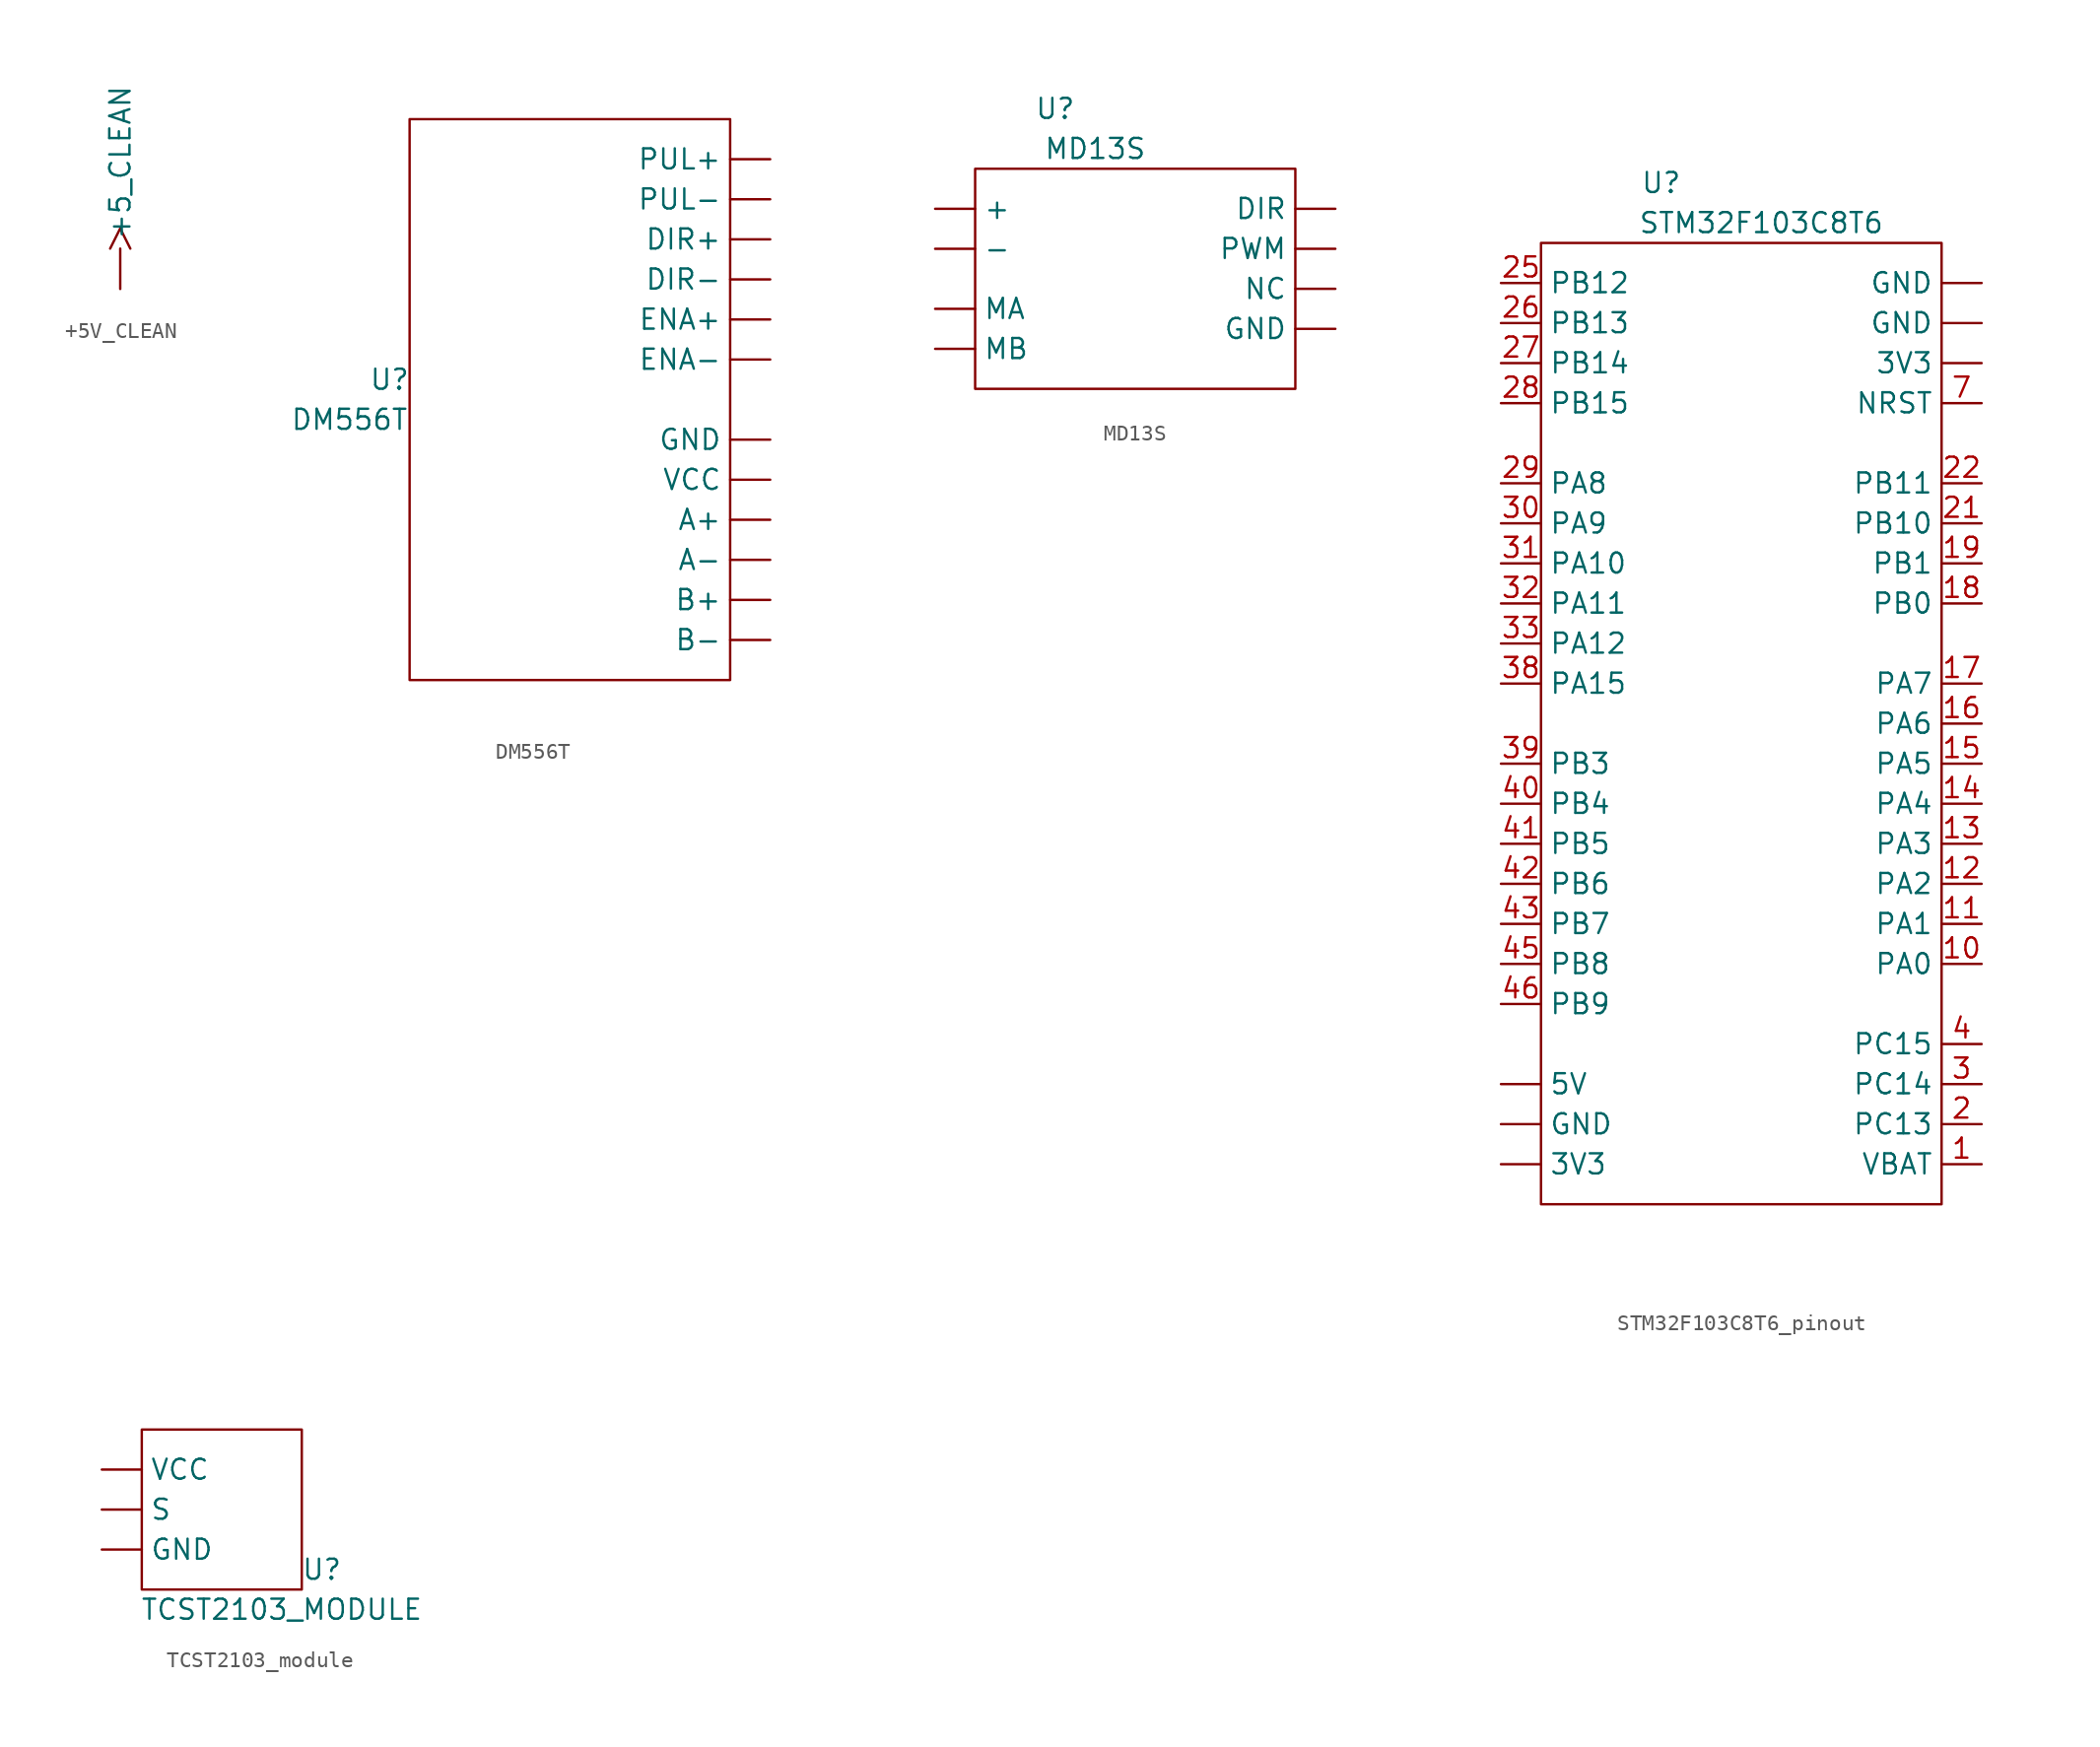
<source format=kicad_sym>
(kicad_symbol_lib
  (version 20220914)
  (generator kicad_symbol_editor)
  (symbol "+5V_CLEAN"
    (power)
    (property "Reference" "#PWR"
      (at 2.54 0 90)
      (effects (font (size 1.27 1.27)) hide))
    (property "Value" ""
      (at 0 0 0)
      (effects (font (size 1.27 1.27))))
    (symbol "+5V_CLEAN_1_1"
      (pin power_in clock (at 0 0 90) (length 2.54) (name "+5_CLEAN" (effects (font (size 1.27 1.27)))) (number "" (effects (font (size 1.27 1.27)))))))
  (symbol "DM556T"
    (property "Reference" "U"
      (at -11.43 19.05 0)
      (effects (font (size 1.27 1.27))))
    (property "Value" "DM556T"
      (at -13.97 16.51 0)
      (effects (font (size 1.27 1.27))))
    (symbol "DM556T_0_1"
      (rectangle (start -10.16 35.56) (end 10.16 0) (stroke (width 0) (type default)) (fill (type none))))
    (symbol "DM556T_1_1"
      (pin power_out line (at 12.7 10.16 180) (length 2.54) (name "A+" (effects (font (size 1.27 1.27)))) (number "" (effects (font (size 1.27 1.27)))))
      (pin power_out line (at 12.7 7.62 180) (length 2.54) (name "A-" (effects (font (size 1.27 1.27)))) (number "" (effects (font (size 1.27 1.27)))))
      (pin power_out line (at 12.7 5.08 180) (length 2.54) (name "B+" (effects (font (size 1.27 1.27)))) (number "" (effects (font (size 1.27 1.27)))))
      (pin power_out line (at 12.7 2.54 180) (length 2.54) (name "B-" (effects (font (size 1.27 1.27)))) (number "" (effects (font (size 1.27 1.27)))))
      (pin input line (at 12.7 27.94 180) (length 2.54) (name "DIR+" (effects (font (size 1.27 1.27)))) (number "" (effects (font (size 1.27 1.27)))))
      (pin input line (at 12.7 25.4 180) (length 2.54) (name "DIR-" (effects (font (size 1.27 1.27)))) (number "" (effects (font (size 1.27 1.27)))))
      (pin input line (at 12.7 22.86 180) (length 2.54) (name "ENA+" (effects (font (size 1.27 1.27)))) (number "" (effects (font (size 1.27 1.27)))))
      (pin input line (at 12.7 20.32 180) (length 2.54) (name "ENA-" (effects (font (size 1.27 1.27)))) (number "" (effects (font (size 1.27 1.27)))))
      (pin power_in line (at 12.7 15.24 180) (length 2.54) (name "GND" (effects (font (size 1.27 1.27)))) (number "" (effects (font (size 1.27 1.27)))))
      (pin input line (at 12.7 33.02 180) (length 2.54) (name "PUL+" (effects (font (size 1.27 1.27)))) (number "" (effects (font (size 1.27 1.27)))))
      (pin input line (at 12.7 30.48 180) (length 2.54) (name "PUL-" (effects (font (size 1.27 1.27)))) (number "" (effects (font (size 1.27 1.27)))))
      (pin power_in line (at 12.7 12.7 180) (length 2.54) (name "VCC" (effects (font (size 1.27 1.27)))) (number "" (effects (font (size 1.27 1.27)))))))
  (symbol "MD13S"
    (property "Reference" "U"
      (at -5.08 17.78 0)
      (effects (font (size 1.27 1.27))))
    (property "Value" "MD13S"
      (at -2.54 15.24 0)
      (effects (font (size 1.27 1.27))))
    (symbol "MD13S_0_1"
      (rectangle (start -10.16 13.97) (end 10.16 0) (stroke (width 0) (type default)) (fill (type none))))
    (symbol "MD13S_1_1"
      (pin power_in line (at -12.7 11.43 0) (length 2.54) (name "+" (effects (font (size 1.27 1.27)))) (number "" (effects (font (size 1.27 1.27)))))
      (pin power_in line (at -12.7 8.89 0) (length 2.54) (name "-" (effects (font (size 1.27 1.27)))) (number "" (effects (font (size 1.27 1.27)))))
      (pin input line (at 12.7 11.43 180) (length 2.54) (name "DIR" (effects (font (size 1.27 1.27)))) (number "" (effects (font (size 1.27 1.27)))))
      (pin input line (at 12.7 3.81 180) (length 2.54) (name "GND" (effects (font (size 1.27 1.27)))) (number "" (effects (font (size 1.27 1.27)))))
      (pin power_out line (at -12.7 5.08 0) (length 2.54) (name "MA" (effects (font (size 1.27 1.27)))) (number "" (effects (font (size 1.27 1.27)))))
      (pin power_out line (at -12.7 2.54 0) (length 2.54) (name "MB" (effects (font (size 1.27 1.27)))) (number "" (effects (font (size 1.27 1.27)))))
      (pin input line (at 12.7 6.35 180) (length 2.54) (name "NC" (effects (font (size 1.27 1.27)))) (number "" (effects (font (size 1.27 1.27)))))
      (pin input line (at 12.7 8.89 180) (length 2.54) (name "PWM" (effects (font (size 1.27 1.27)))) (number "" (effects (font (size 1.27 1.27)))))))
  (symbol "STM32F103C8T6_pinout"
    (property "Reference" "U"
      (at -5.08 64.77 0)
      (effects (font (size 1.27 1.27))))
    (property "Value" "STM32F103C8T6"
      (at 1.27 62.23 0)
      (effects (font (size 1.27 1.27))))
    (symbol "STM32F103C8T6_pinout_0_1"
      (rectangle (start -12.7 60.96) (end 12.7 0) (stroke (width 0) (type default)) (fill (type none))))
    (symbol "STM32F103C8T6_pinout_1_1"
      (pin power_in line (at -15.24 2.54 0) (length 2.54) (name "3V3" (effects (font (size 1.27 1.27)))) (number "" (effects (font (size 1.27 1.27)))))
      (pin power_in line (at 15.24 53.34 180) (length 2.54) (name "3V3" (effects (font (size 1.27 1.27)))) (number "" (effects (font (size 1.27 1.27)))))
      (pin power_in line (at -15.24 7.62 0) (length 2.54) (name "5V" (effects (font (size 1.27 1.27)))) (number "" (effects (font (size 1.27 1.27)))))
      (pin power_in line (at -15.24 5.08 0) (length 2.54) (name "GND" (effects (font (size 1.27 1.27)))) (number "" (effects (font (size 1.27 1.27)))))
      (pin power_in line (at 15.24 55.88 180) (length 2.54) (name "GND" (effects (font (size 1.27 1.27)))) (number "" (effects (font (size 1.27 1.27)))))
      (pin power_in line (at 15.24 58.42 180) (length 2.54) (name "GND" (effects (font (size 1.27 1.27)))) (number "" (effects (font (size 1.27 1.27)))))
      (pin power_in line (at 15.24 2.54 180) (length 2.54) (name "VBAT" (effects (font (size 1.27 1.27)))) (number "1" (effects (font (size 1.27 1.27)))))
      (pin bidirectional line (at 15.24 15.24 180) (length 2.54) (name "PA0" (effects (font (size 1.27 1.27)))) (number "10" (effects (font (size 1.27 1.27)))))
      (pin bidirectional line (at 15.24 17.78 180) (length 2.54) (name "PA1" (effects (font (size 1.27 1.27)))) (number "11" (effects (font (size 1.27 1.27)))))
      (pin bidirectional line (at 15.24 20.32 180) (length 2.54) (name "PA2" (effects (font (size 1.27 1.27)))) (number "12" (effects (font (size 1.27 1.27)))))
      (pin bidirectional line (at 15.24 22.86 180) (length 2.54) (name "PA3" (effects (font (size 1.27 1.27)))) (number "13" (effects (font (size 1.27 1.27)))))
      (pin bidirectional line (at 15.24 25.4 180) (length 2.54) (name "PA4" (effects (font (size 1.27 1.27)))) (number "14" (effects (font (size 1.27 1.27)))))
      (pin bidirectional line (at 15.24 27.94 180) (length 2.54) (name "PA5" (effects (font (size 1.27 1.27)))) (number "15" (effects (font (size 1.27 1.27)))))
      (pin bidirectional line (at 15.24 30.48 180) (length 2.54) (name "PA6" (effects (font (size 1.27 1.27)))) (number "16" (effects (font (size 1.27 1.27)))))
      (pin bidirectional line (at 15.24 33.02 180) (length 2.54) (name "PA7" (effects (font (size 1.27 1.27)))) (number "17" (effects (font (size 1.27 1.27)))))
      (pin bidirectional line (at 15.24 38.1 180) (length 2.54) (name "PB0" (effects (font (size 1.27 1.27)))) (number "18" (effects (font (size 1.27 1.27)))))
      (pin bidirectional line (at 15.24 40.64 180) (length 2.54) (name "PB1" (effects (font (size 1.27 1.27)))) (number "19" (effects (font (size 1.27 1.27)))))
      (pin bidirectional line (at 15.24 5.08 180) (length 2.54) (name "PC13" (effects (font (size 1.27 1.27)))) (number "2" (effects (font (size 1.27 1.27)))))
      (pin bidirectional line (at 15.24 43.18 180) (length 2.54) (name "PB10" (effects (font (size 1.27 1.27)))) (number "21" (effects (font (size 1.27 1.27)))))
      (pin bidirectional line (at 15.24 45.72 180) (length 2.54) (name "PB11" (effects (font (size 1.27 1.27)))) (number "22" (effects (font (size 1.27 1.27)))))
      (pin bidirectional line (at -15.24 58.42 0) (length 2.54) (name "PB12" (effects (font (size 1.27 1.27)))) (number "25" (effects (font (size 1.27 1.27)))))
      (pin bidirectional line (at -15.24 55.88 0) (length 2.54) (name "PB13" (effects (font (size 1.27 1.27)))) (number "26" (effects (font (size 1.27 1.27)))))
      (pin bidirectional line (at -15.24 53.34 0) (length 2.54) (name "PB14" (effects (font (size 1.27 1.27)))) (number "27" (effects (font (size 1.27 1.27)))))
      (pin bidirectional line (at -15.24 50.8 0) (length 2.54) (name "PB15" (effects (font (size 1.27 1.27)))) (number "28" (effects (font (size 1.27 1.27)))))
      (pin bidirectional line (at -15.24 45.72 0) (length 2.54) (name "PA8" (effects (font (size 1.27 1.27)))) (number "29" (effects (font (size 1.27 1.27)))))
      (pin bidirectional line (at 15.24 7.62 180) (length 2.54) (name "PC14" (effects (font (size 1.27 1.27)))) (number "3" (effects (font (size 1.27 1.27)))))
      (pin bidirectional line (at -15.24 43.18 0) (length 2.54) (name "PA9" (effects (font (size 1.27 1.27)))) (number "30" (effects (font (size 1.27 1.27)))))
      (pin bidirectional line (at -15.24 40.64 0) (length 2.54) (name "PA10" (effects (font (size 1.27 1.27)))) (number "31" (effects (font (size 1.27 1.27)))))
      (pin bidirectional line (at -15.24 38.1 0) (length 2.54) (name "PA11" (effects (font (size 1.27 1.27)))) (number "32" (effects (font (size 1.27 1.27)))))
      (pin bidirectional line (at -15.24 35.56 0) (length 2.54) (name "PA12" (effects (font (size 1.27 1.27)))) (number "33" (effects (font (size 1.27 1.27)))))
      (pin bidirectional line (at -15.24 33.02 0) (length 2.54) (name "PA15" (effects (font (size 1.27 1.27)))) (number "38" (effects (font (size 1.27 1.27)))))
      (pin bidirectional line (at -15.24 27.94 0) (length 2.54) (name "PB3" (effects (font (size 1.27 1.27)))) (number "39" (effects (font (size 1.27 1.27)))))
      (pin bidirectional line (at 15.24 10.16 180) (length 2.54) (name "PC15" (effects (font (size 1.27 1.27)))) (number "4" (effects (font (size 1.27 1.27)))))
      (pin bidirectional line (at -15.24 25.4 0) (length 2.54) (name "PB4" (effects (font (size 1.27 1.27)))) (number "40" (effects (font (size 1.27 1.27)))))
      (pin bidirectional line (at -15.24 22.86 0) (length 2.54) (name "PB5" (effects (font (size 1.27 1.27)))) (number "41" (effects (font (size 1.27 1.27)))))
      (pin bidirectional line (at -15.24 20.32 0) (length 2.54) (name "PB6" (effects (font (size 1.27 1.27)))) (number "42" (effects (font (size 1.27 1.27)))))
      (pin bidirectional line (at -15.24 17.78 0) (length 2.54) (name "PB7" (effects (font (size 1.27 1.27)))) (number "43" (effects (font (size 1.27 1.27)))))
      (pin bidirectional line (at -15.24 15.24 0) (length 2.54) (name "PB8" (effects (font (size 1.27 1.27)))) (number "45" (effects (font (size 1.27 1.27)))))
      (pin bidirectional line (at -15.24 12.7 0) (length 2.54) (name "PB9" (effects (font (size 1.27 1.27)))) (number "46" (effects (font (size 1.27 1.27)))))
      (pin input line (at 15.24 50.8 180) (length 2.54) (name "NRST" (effects (font (size 1.27 1.27)))) (number "7" (effects (font (size 1.27 1.27)))))))
  (symbol "TCST2103_module"
    (property "Reference" "U"
      (at 6.35 1.27 0)
      (effects (font (size 1.27 1.27))))
    (property "Value" "TCST2103_MODULE"
      (at 3.81 -1.27 0)
      (effects (font (size 1.27 1.27))))
    (symbol "TCST2103_module_0_1"
      (rectangle (start -5.08 10.16) (end 5.08 0) (stroke (width 0) (type default)) (fill (type none))))
    (symbol "TCST2103_module_1_1"
      (pin power_in line (at -7.62 2.54 0) (length 2.54) (name "GND" (effects (font (size 1.27 1.27)))) (number "" (effects (font (size 1.27 1.27)))))
      (pin input line (at -7.62 5.08 0) (length 2.54) (name "S" (effects (font (size 1.27 1.27)))) (number "" (effects (font (size 1.27 1.27)))))
      (pin power_in line (at -7.62 7.62 0) (length 2.54) (name "VCC" (effects (font (size 1.27 1.27)))) (number "" (effects (font (size 1.27 1.27))))))))
</source>
